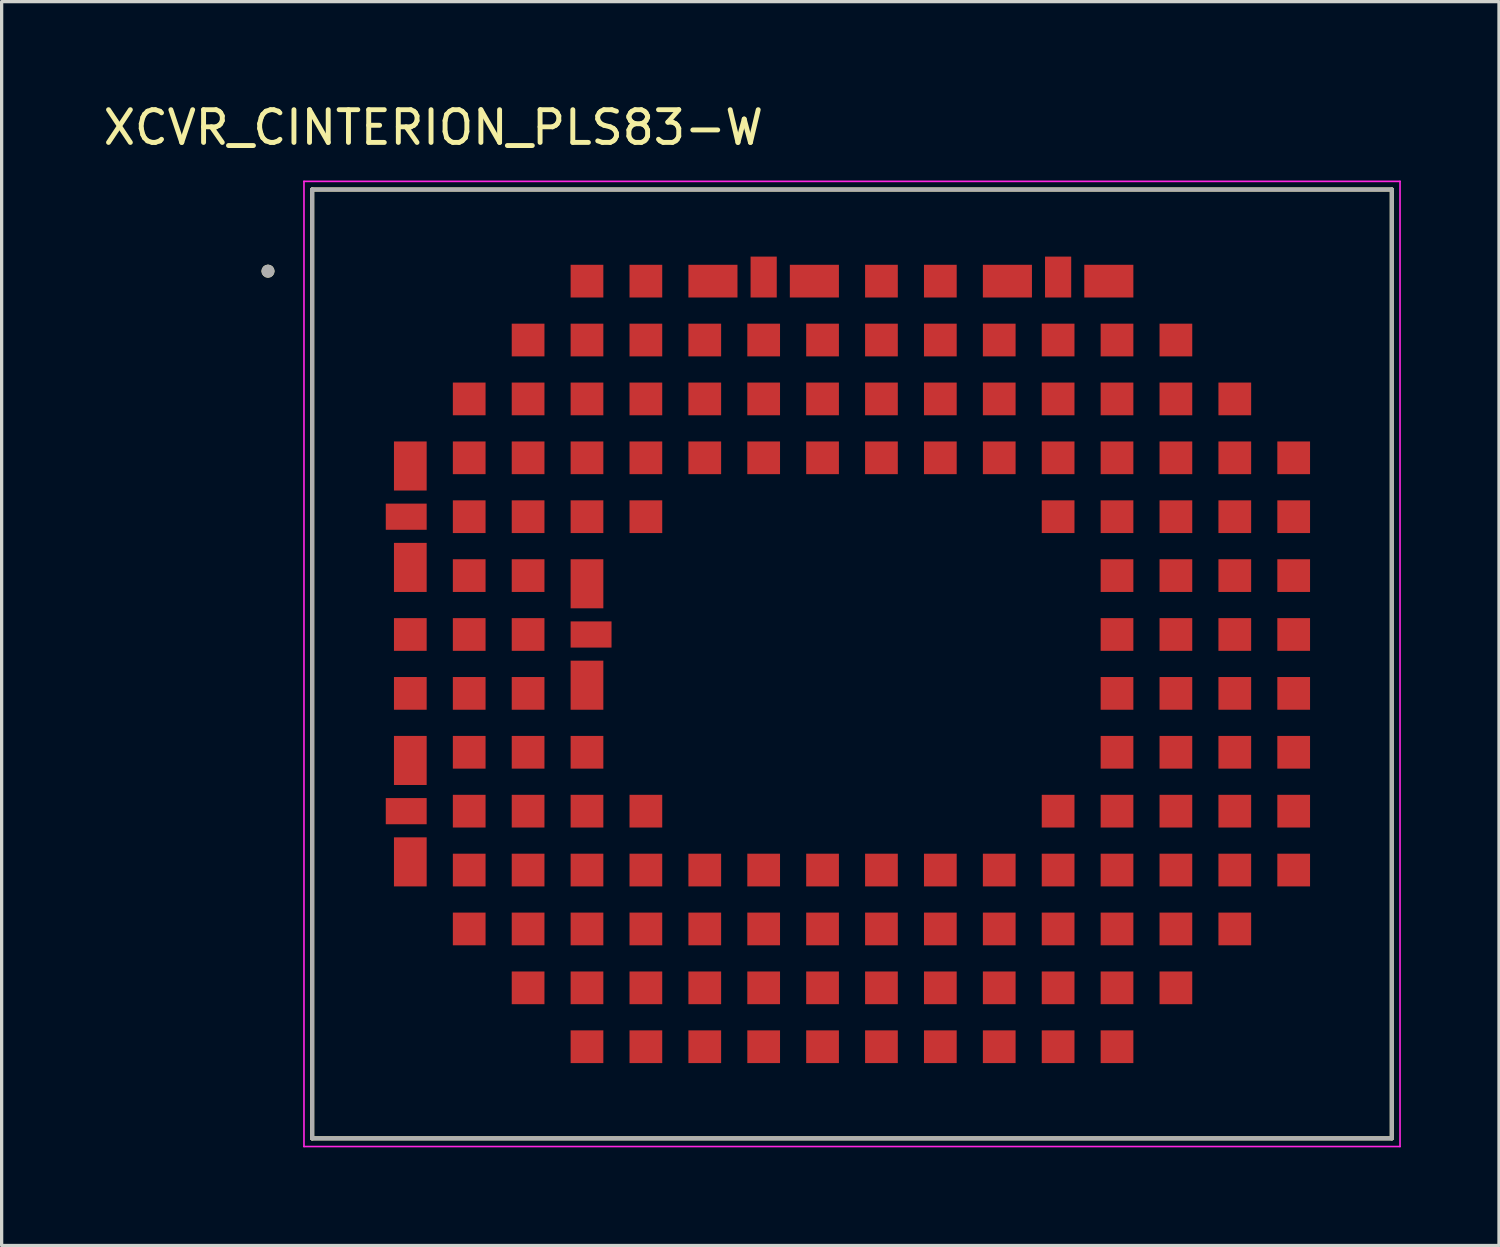
<source format=kicad_pcb>
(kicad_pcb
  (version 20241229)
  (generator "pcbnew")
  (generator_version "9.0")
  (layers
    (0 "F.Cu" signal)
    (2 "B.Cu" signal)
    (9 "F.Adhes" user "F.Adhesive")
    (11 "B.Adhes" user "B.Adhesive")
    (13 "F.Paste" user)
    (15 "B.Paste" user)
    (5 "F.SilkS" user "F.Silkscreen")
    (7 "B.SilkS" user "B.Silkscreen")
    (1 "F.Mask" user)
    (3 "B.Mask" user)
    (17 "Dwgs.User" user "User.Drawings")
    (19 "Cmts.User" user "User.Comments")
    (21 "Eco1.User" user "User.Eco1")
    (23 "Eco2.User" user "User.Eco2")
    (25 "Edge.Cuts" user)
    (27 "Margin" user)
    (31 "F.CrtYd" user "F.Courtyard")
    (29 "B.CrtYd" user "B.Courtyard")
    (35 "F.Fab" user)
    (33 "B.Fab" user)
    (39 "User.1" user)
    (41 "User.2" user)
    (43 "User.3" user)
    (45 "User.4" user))
  (footprint "XCVR_CINTERION_PLS83-W"
    (layer "F.Cu")
    (at 22.991 17.243)
    (property "Reference" "XCVR_CINTERION_PLS83-W" (at -12.795 -16.395 0) (layer "F.SilkS") (effects (font (size 1 1) (thickness 0.15))))
    (attr through_hole)
    (fp_line (start -16.5 -14.5) (end -16.5 14.5) (stroke (width 0.127) (type solid)) (layer "F.SilkS"))
    (fp_line (start -16.5 -14.5) (end 16.5 -14.5) (stroke (width 0.127) (type solid)) (layer "F.SilkS"))
    (fp_line (start 16.5 14.5) (end -16.5 14.5) (stroke (width 0.127) (type solid)) (layer "F.SilkS"))
    (fp_line (start 16.5 14.5) (end 16.5 -14.5) (stroke (width 0.127) (type solid)) (layer "F.SilkS"))
    (fp_circle (center -17.85 -12.005) (end -17.75 -12.005) (stroke (width 0.2) (type solid)) (fill no) (layer "F.SilkS"))
    (fp_poly (pts (xy -14.45 -4.9) (xy -12.8 -4.9) (xy -12.8 -4.1) (xy -14.45 -4.1)) (stroke (width 0.01) (type solid)) (fill yes) (layer "F.Paste"))
    (fp_poly (pts (xy -14.45 4.1) (xy -12.8 4.1) (xy -12.8 4.9) (xy -14.45 4.9)) (stroke (width 0.01) (type solid)) (fill yes) (layer "F.Paste"))
    (fp_poly (pts (xy -14.1 -6.85) (xy -12.9 -6.85) (xy -12.9 -5.25) (xy -14.1 -5.25)) (stroke (width 0.01) (type solid)) (fill yes) (layer "F.Paste"))
    (fp_poly (pts (xy -14.1 -3.75) (xy -12.9 -3.75) (xy -12.9 -2.15) (xy -14.1 -2.15)) (stroke (width 0.01) (type solid)) (fill yes) (layer "F.Paste"))
    (fp_poly (pts (xy -14.1 2.15) (xy -12.9 2.15) (xy -12.9 3.75) (xy -14.1 3.75)) (stroke (width 0.01) (type solid)) (fill yes) (layer "F.Paste"))
    (fp_poly (pts (xy -14.1 5.25) (xy -12.9 5.25) (xy -12.9 6.85) (xy -14.1 6.85)) (stroke (width 0.01) (type solid)) (fill yes) (layer "F.Paste"))
    (fp_poly (pts (xy -14.095 -1.495) (xy -12.905 -1.495) (xy -12.905 -0.305) (xy -14.095 -0.305)) (stroke (width 0.01) (type solid)) (fill yes) (layer "F.Paste"))
    (fp_poly (pts (xy -14.095 0.305) (xy -12.905 0.305) (xy -12.905 1.495) (xy -14.095 1.495)) (stroke (width 0.01) (type solid)) (fill yes) (layer "F.Paste"))
    (fp_poly (pts (xy -12.295 -8.695) (xy -11.105 -8.695) (xy -11.105 -7.505) (xy -12.295 -7.505)) (stroke (width 0.01) (type solid)) (fill yes) (layer "F.Paste"))
    (fp_poly (pts (xy -12.295 -6.895) (xy -11.105 -6.895) (xy -11.105 -5.705) (xy -12.295 -5.705)) (stroke (width 0.01) (type solid)) (fill yes) (layer "F.Paste"))
    (fp_poly (pts (xy -12.295 -5.095) (xy -11.105 -5.095) (xy -11.105 -3.905) (xy -12.295 -3.905)) (stroke (width 0.01) (type solid)) (fill yes) (layer "F.Paste"))
    (fp_poly (pts (xy -12.295 -3.295) (xy -11.105 -3.295) (xy -11.105 -2.105) (xy -12.295 -2.105)) (stroke (width 0.01) (type solid)) (fill yes) (layer "F.Paste"))
    (fp_poly (pts (xy -12.295 -1.495) (xy -11.105 -1.495) (xy -11.105 -0.305) (xy -12.295 -0.305)) (stroke (width 0.01) (type solid)) (fill yes) (layer "F.Paste"))
    (fp_poly (pts (xy -12.295 0.305) (xy -11.105 0.305) (xy -11.105 1.495) (xy -12.295 1.495)) (stroke (width 0.01) (type solid)) (fill yes) (layer "F.Paste"))
    (fp_poly (pts (xy -12.295 2.105) (xy -11.105 2.105) (xy -11.105 3.295) (xy -12.295 3.295)) (stroke (width 0.01) (type solid)) (fill yes) (layer "F.Paste"))
    (fp_poly (pts (xy -12.295 3.905) (xy -11.105 3.905) (xy -11.105 5.095) (xy -12.295 5.095)) (stroke (width 0.01) (type solid)) (fill yes) (layer "F.Paste"))
    (fp_poly (pts (xy -12.295 5.705) (xy -11.105 5.705) (xy -11.105 6.895) (xy -12.295 6.895)) (stroke (width 0.01) (type solid)) (fill yes) (layer "F.Paste"))
    (fp_poly (pts (xy -12.295 7.505) (xy -11.105 7.505) (xy -11.105 8.695) (xy -12.295 8.695)) (stroke (width 0.01) (type solid)) (fill yes) (layer "F.Paste"))
    (fp_poly (pts (xy -10.495 -10.495) (xy -9.305 -10.495) (xy -9.305 -9.305) (xy -10.495 -9.305)) (stroke (width 0.01) (type solid)) (fill yes) (layer "F.Paste"))
    (fp_poly (pts (xy -10.495 -8.695) (xy -9.305 -8.695) (xy -9.305 -7.505) (xy -10.495 -7.505)) (stroke (width 0.01) (type solid)) (fill yes) (layer "F.Paste"))
    (fp_poly (pts (xy -10.495 -6.895) (xy -9.305 -6.895) (xy -9.305 -5.705) (xy -10.495 -5.705)) (stroke (width 0.01) (type solid)) (fill yes) (layer "F.Paste"))
    (fp_poly (pts (xy -10.495 -5.095) (xy -9.305 -5.095) (xy -9.305 -3.905) (xy -10.495 -3.905)) (stroke (width 0.01) (type solid)) (fill yes) (layer "F.Paste"))
    (fp_poly (pts (xy -10.495 -3.295) (xy -9.305 -3.295) (xy -9.305 -2.105) (xy -10.495 -2.105)) (stroke (width 0.01) (type solid)) (fill yes) (layer "F.Paste"))
    (fp_poly (pts (xy -10.495 -1.495) (xy -9.305 -1.495) (xy -9.305 -0.305) (xy -10.495 -0.305)) (stroke (width 0.01) (type solid)) (fill yes) (layer "F.Paste"))
    (fp_poly (pts (xy -10.495 0.305) (xy -9.305 0.305) (xy -9.305 1.495) (xy -10.495 1.495)) (stroke (width 0.01) (type solid)) (fill yes) (layer "F.Paste"))
    (fp_poly (pts (xy -10.495 2.105) (xy -9.305 2.105) (xy -9.305 3.295) (xy -10.495 3.295)) (stroke (width 0.01) (type solid)) (fill yes) (layer "F.Paste"))
    (fp_poly (pts (xy -10.495 3.905) (xy -9.305 3.905) (xy -9.305 5.095) (xy -10.495 5.095)) (stroke (width 0.01) (type solid)) (fill yes) (layer "F.Paste"))
    (fp_poly (pts (xy -10.495 5.705) (xy -9.305 5.705) (xy -9.305 6.895) (xy -10.495 6.895)) (stroke (width 0.01) (type solid)) (fill yes) (layer "F.Paste"))
    (fp_poly (pts (xy -10.495 7.505) (xy -9.305 7.505) (xy -9.305 8.695) (xy -10.495 8.695)) (stroke (width 0.01) (type solid)) (fill yes) (layer "F.Paste"))
    (fp_poly (pts (xy -10.495 9.305) (xy -9.305 9.305) (xy -9.305 10.495) (xy -10.495 10.495)) (stroke (width 0.01) (type solid)) (fill yes) (layer "F.Paste"))
    (fp_poly (pts (xy -8.8 -1.3) (xy -7.15 -1.3) (xy -7.15 -0.5) (xy -8.8 -0.5)) (stroke (width 0.01) (type solid)) (fill yes) (layer "F.Paste"))
    (fp_poly (pts (xy -8.7 -3.25) (xy -7.5 -3.25) (xy -7.5 -1.65) (xy -8.7 -1.65)) (stroke (width 0.01) (type solid)) (fill yes) (layer "F.Paste"))
    (fp_poly (pts (xy -8.7 -0.15) (xy -7.5 -0.15) (xy -7.5 1.45) (xy -8.7 1.45)) (stroke (width 0.01) (type solid)) (fill yes) (layer "F.Paste"))
    (fp_poly (pts (xy -8.695 -12.295) (xy -7.505 -12.295) (xy -7.505 -11.105) (xy -8.695 -11.105)) (stroke (width 0.01) (type solid)) (fill yes) (layer "F.Paste"))
    (fp_poly (pts (xy -8.695 -10.495) (xy -7.505 -10.495) (xy -7.505 -9.305) (xy -8.695 -9.305)) (stroke (width 0.01) (type solid)) (fill yes) (layer "F.Paste"))
    (fp_poly (pts (xy -8.695 -8.695) (xy -7.505 -8.695) (xy -7.505 -7.505) (xy -8.695 -7.505)) (stroke (width 0.01) (type solid)) (fill yes) (layer "F.Paste"))
    (fp_poly (pts (xy -8.695 -6.895) (xy -7.505 -6.895) (xy -7.505 -5.705) (xy -8.695 -5.705)) (stroke (width 0.01) (type solid)) (fill yes) (layer "F.Paste"))
    (fp_poly (pts (xy -8.695 -5.095) (xy -7.505 -5.095) (xy -7.505 -3.905) (xy -8.695 -3.905)) (stroke (width 0.01) (type solid)) (fill yes) (layer "F.Paste"))
    (fp_poly (pts (xy -8.695 2.105) (xy -7.505 2.105) (xy -7.505 3.295) (xy -8.695 3.295)) (stroke (width 0.01) (type solid)) (fill yes) (layer "F.Paste"))
    (fp_poly (pts (xy -8.695 3.905) (xy -7.505 3.905) (xy -7.505 5.095) (xy -8.695 5.095)) (stroke (width 0.01) (type solid)) (fill yes) (layer "F.Paste"))
    (fp_poly (pts (xy -8.695 5.705) (xy -7.505 5.705) (xy -7.505 6.895) (xy -8.695 6.895)) (stroke (width 0.01) (type solid)) (fill yes) (layer "F.Paste"))
    (fp_poly (pts (xy -8.695 7.505) (xy -7.505 7.505) (xy -7.505 8.695) (xy -8.695 8.695)) (stroke (width 0.01) (type solid)) (fill yes) (layer "F.Paste"))
    (fp_poly (pts (xy -8.695 9.305) (xy -7.505 9.305) (xy -7.505 10.495) (xy -8.695 10.495)) (stroke (width 0.01) (type solid)) (fill yes) (layer "F.Paste"))
    (fp_poly (pts (xy -8.695 11.105) (xy -7.505 11.105) (xy -7.505 12.295) (xy -8.695 12.295)) (stroke (width 0.01) (type solid)) (fill yes) (layer "F.Paste"))
    (fp_poly (pts (xy -6.895 -12.295) (xy -5.705 -12.295) (xy -5.705 -11.105) (xy -6.895 -11.105)) (stroke (width 0.01) (type solid)) (fill yes) (layer "F.Paste"))
    (fp_poly (pts (xy -6.895 -10.495) (xy -5.705 -10.495) (xy -5.705 -9.305) (xy -6.895 -9.305)) (stroke (width 0.01) (type solid)) (fill yes) (layer "F.Paste"))
    (fp_poly (pts (xy -6.895 -8.695) (xy -5.705 -8.695) (xy -5.705 -7.505) (xy -6.895 -7.505)) (stroke (width 0.01) (type solid)) (fill yes) (layer "F.Paste"))
    (fp_poly (pts (xy -6.895 -6.895) (xy -5.705 -6.895) (xy -5.705 -5.705) (xy -6.895 -5.705)) (stroke (width 0.01) (type solid)) (fill yes) (layer "F.Paste"))
    (fp_poly (pts (xy -6.895 -5.095) (xy -5.705 -5.095) (xy -5.705 -3.905) (xy -6.895 -3.905)) (stroke (width 0.01) (type solid)) (fill yes) (layer "F.Paste"))
    (fp_poly (pts (xy -6.895 3.905) (xy -5.705 3.905) (xy -5.705 5.095) (xy -6.895 5.095)) (stroke (width 0.01) (type solid)) (fill yes) (layer "F.Paste"))
    (fp_poly (pts (xy -6.895 5.705) (xy -5.705 5.705) (xy -5.705 6.895) (xy -6.895 6.895)) (stroke (width 0.01) (type solid)) (fill yes) (layer "F.Paste"))
    (fp_poly (pts (xy -6.895 7.505) (xy -5.705 7.505) (xy -5.705 8.695) (xy -6.895 8.695)) (stroke (width 0.01) (type solid)) (fill yes) (layer "F.Paste"))
    (fp_poly (pts (xy -6.895 9.305) (xy -5.705 9.305) (xy -5.705 10.495) (xy -6.895 10.495)) (stroke (width 0.01) (type solid)) (fill yes) (layer "F.Paste"))
    (fp_poly (pts (xy -6.895 11.105) (xy -5.705 11.105) (xy -5.705 12.295) (xy -6.895 12.295)) (stroke (width 0.01) (type solid)) (fill yes) (layer "F.Paste"))
    (fp_poly (pts (xy -5.095 -10.495) (xy -3.905 -10.495) (xy -3.905 -9.305) (xy -5.095 -9.305)) (stroke (width 0.01) (type solid)) (fill yes) (layer "F.Paste"))
    (fp_poly (pts (xy -5.095 -8.695) (xy -3.905 -8.695) (xy -3.905 -7.505) (xy -5.095 -7.505)) (stroke (width 0.01) (type solid)) (fill yes) (layer "F.Paste"))
    (fp_poly (pts (xy -5.095 -6.895) (xy -3.905 -6.895) (xy -3.905 -5.705) (xy -5.095 -5.705)) (stroke (width 0.01) (type solid)) (fill yes) (layer "F.Paste"))
    (fp_poly (pts (xy -5.095 5.705) (xy -3.905 5.705) (xy -3.905 6.895) (xy -5.095 6.895)) (stroke (width 0.01) (type solid)) (fill yes) (layer "F.Paste"))
    (fp_poly (pts (xy -5.095 7.505) (xy -3.905 7.505) (xy -3.905 8.695) (xy -5.095 8.695)) (stroke (width 0.01) (type solid)) (fill yes) (layer "F.Paste"))
    (fp_poly (pts (xy -5.095 9.305) (xy -3.905 9.305) (xy -3.905 10.495) (xy -5.095 10.495)) (stroke (width 0.01) (type solid)) (fill yes) (layer "F.Paste"))
    (fp_poly (pts (xy -5.095 11.105) (xy -3.905 11.105) (xy -3.905 12.295) (xy -5.095 12.295)) (stroke (width 0.01) (type solid)) (fill yes) (layer "F.Paste"))
    (fp_poly (pts (xy -5.05 -12.3) (xy -3.45 -12.3) (xy -3.45 -11.1) (xy -5.05 -11.1)) (stroke (width 0.01) (type solid)) (fill yes) (layer "F.Paste"))
    (fp_poly (pts (xy -3.295 -10.495) (xy -2.105 -10.495) (xy -2.105 -9.305) (xy -3.295 -9.305)) (stroke (width 0.01) (type solid)) (fill yes) (layer "F.Paste"))
    (fp_poly (pts (xy -3.295 -8.695) (xy -2.105 -8.695) (xy -2.105 -7.505) (xy -3.295 -7.505)) (stroke (width 0.01) (type solid)) (fill yes) (layer "F.Paste"))
    (fp_poly (pts (xy -3.295 -6.895) (xy -2.105 -6.895) (xy -2.105 -5.705) (xy -3.295 -5.705)) (stroke (width 0.01) (type solid)) (fill yes) (layer "F.Paste"))
    (fp_poly (pts (xy -3.295 5.705) (xy -2.105 5.705) (xy -2.105 6.895) (xy -3.295 6.895)) (stroke (width 0.01) (type solid)) (fill yes) (layer "F.Paste"))
    (fp_poly (pts (xy -3.295 7.505) (xy -2.105 7.505) (xy -2.105 8.695) (xy -3.295 8.695)) (stroke (width 0.01) (type solid)) (fill yes) (layer "F.Paste"))
    (fp_poly (pts (xy -3.295 9.305) (xy -2.105 9.305) (xy -2.105 10.495) (xy -3.295 10.495)) (stroke (width 0.01) (type solid)) (fill yes) (layer "F.Paste"))
    (fp_poly (pts (xy -3.295 11.105) (xy -2.105 11.105) (xy -2.105 12.295) (xy -3.295 12.295)) (stroke (width 0.01) (type solid)) (fill yes) (layer "F.Paste"))
    (fp_poly (pts (xy -3.1 -12.65) (xy -2.3 -12.65) (xy -2.3 -11) (xy -3.1 -11)) (stroke (width 0.01) (type solid)) (fill yes) (layer "F.Paste"))
    (fp_poly (pts (xy -1.95 -12.3) (xy -0.35 -12.3) (xy -0.35 -11.1) (xy -1.95 -11.1)) (stroke (width 0.01) (type solid)) (fill yes) (layer "F.Paste"))
    (fp_poly (pts (xy -1.495 -10.495) (xy -0.305 -10.495) (xy -0.305 -9.305) (xy -1.495 -9.305)) (stroke (width 0.01) (type solid)) (fill yes) (layer "F.Paste"))
    (fp_poly (pts (xy -1.495 -8.695) (xy -0.305 -8.695) (xy -0.305 -7.505) (xy -1.495 -7.505)) (stroke (width 0.01) (type solid)) (fill yes) (layer "F.Paste"))
    (fp_poly (pts (xy -1.495 -6.895) (xy -0.305 -6.895) (xy -0.305 -5.705) (xy -1.495 -5.705)) (stroke (width 0.01) (type solid)) (fill yes) (layer "F.Paste"))
    (fp_poly (pts (xy -1.495 5.705) (xy -0.305 5.705) (xy -0.305 6.895) (xy -1.495 6.895)) (stroke (width 0.01) (type solid)) (fill yes) (layer "F.Paste"))
    (fp_poly (pts (xy -1.495 7.505) (xy -0.305 7.505) (xy -0.305 8.695) (xy -1.495 8.695)) (stroke (width 0.01) (type solid)) (fill yes) (layer "F.Paste"))
    (fp_poly (pts (xy -1.495 9.305) (xy -0.305 9.305) (xy -0.305 10.495) (xy -1.495 10.495)) (stroke (width 0.01) (type solid)) (fill yes) (layer "F.Paste"))
    (fp_poly (pts (xy -1.495 11.105) (xy -0.305 11.105) (xy -0.305 12.295) (xy -1.495 12.295)) (stroke (width 0.01) (type solid)) (fill yes) (layer "F.Paste"))
    (fp_poly (pts (xy 0.305 -12.295) (xy 1.495 -12.295) (xy 1.495 -11.105) (xy 0.305 -11.105)) (stroke (width 0.01) (type solid)) (fill yes) (layer "F.Paste"))
    (fp_poly (pts (xy 0.305 -10.495) (xy 1.495 -10.495) (xy 1.495 -9.305) (xy 0.305 -9.305)) (stroke (width 0.01) (type solid)) (fill yes) (layer "F.Paste"))
    (fp_poly (pts (xy 0.305 -8.695) (xy 1.495 -8.695) (xy 1.495 -7.505) (xy 0.305 -7.505)) (stroke (width 0.01) (type solid)) (fill yes) (layer "F.Paste"))
    (fp_poly (pts (xy 0.305 -6.895) (xy 1.495 -6.895) (xy 1.495 -5.705) (xy 0.305 -5.705)) (stroke (width 0.01) (type solid)) (fill yes) (layer "F.Paste"))
    (fp_poly (pts (xy 0.305 5.705) (xy 1.495 5.705) (xy 1.495 6.895) (xy 0.305 6.895)) (stroke (width 0.01) (type solid)) (fill yes) (layer "F.Paste"))
    (fp_poly (pts (xy 0.305 7.505) (xy 1.495 7.505) (xy 1.495 8.695) (xy 0.305 8.695)) (stroke (width 0.01) (type solid)) (fill yes) (layer "F.Paste"))
    (fp_poly (pts (xy 0.305 9.305) (xy 1.495 9.305) (xy 1.495 10.495) (xy 0.305 10.495)) (stroke (width 0.01) (type solid)) (fill yes) (layer "F.Paste"))
    (fp_poly (pts (xy 0.305 11.105) (xy 1.495 11.105) (xy 1.495 12.295) (xy 0.305 12.295)) (stroke (width 0.01) (type solid)) (fill yes) (layer "F.Paste"))
    (fp_poly (pts (xy 2.105 -12.295) (xy 3.295 -12.295) (xy 3.295 -11.105) (xy 2.105 -11.105)) (stroke (width 0.01) (type solid)) (fill yes) (layer "F.Paste"))
    (fp_poly (pts (xy 2.105 -10.495) (xy 3.295 -10.495) (xy 3.295 -9.305) (xy 2.105 -9.305)) (stroke (width 0.01) (type solid)) (fill yes) (layer "F.Paste"))
    (fp_poly (pts (xy 2.105 -8.695) (xy 3.295 -8.695) (xy 3.295 -7.505) (xy 2.105 -7.505)) (stroke (width 0.01) (type solid)) (fill yes) (layer "F.Paste"))
    (fp_poly (pts (xy 2.105 -6.895) (xy 3.295 -6.895) (xy 3.295 -5.705) (xy 2.105 -5.705)) (stroke (width 0.01) (type solid)) (fill yes) (layer "F.Paste"))
    (fp_poly (pts (xy 2.105 5.705) (xy 3.295 5.705) (xy 3.295 6.895) (xy 2.105 6.895)) (stroke (width 0.01) (type solid)) (fill yes) (layer "F.Paste"))
    (fp_poly (pts (xy 2.105 7.505) (xy 3.295 7.505) (xy 3.295 8.695) (xy 2.105 8.695)) (stroke (width 0.01) (type solid)) (fill yes) (layer "F.Paste"))
    (fp_poly (pts (xy 2.105 9.305) (xy 3.295 9.305) (xy 3.295 10.495) (xy 2.105 10.495)) (stroke (width 0.01) (type solid)) (fill yes) (layer "F.Paste"))
    (fp_poly (pts (xy 2.105 11.105) (xy 3.295 11.105) (xy 3.295 12.295) (xy 2.105 12.295)) (stroke (width 0.01) (type solid)) (fill yes) (layer "F.Paste"))
    (fp_poly (pts (xy 3.905 -10.495) (xy 5.095 -10.495) (xy 5.095 -9.305) (xy 3.905 -9.305)) (stroke (width 0.01) (type solid)) (fill yes) (layer "F.Paste"))
    (fp_poly (pts (xy 3.905 -8.695) (xy 5.095 -8.695) (xy 5.095 -7.505) (xy 3.905 -7.505)) (stroke (width 0.01) (type solid)) (fill yes) (layer "F.Paste"))
    (fp_poly (pts (xy 3.905 -6.895) (xy 5.095 -6.895) (xy 5.095 -5.705) (xy 3.905 -5.705)) (stroke (width 0.01) (type solid)) (fill yes) (layer "F.Paste"))
    (fp_poly (pts (xy 3.905 5.705) (xy 5.095 5.705) (xy 5.095 6.895) (xy 3.905 6.895)) (stroke (width 0.01) (type solid)) (fill yes) (layer "F.Paste"))
    (fp_poly (pts (xy 3.905 7.505) (xy 5.095 7.505) (xy 5.095 8.695) (xy 3.905 8.695)) (stroke (width 0.01) (type solid)) (fill yes) (layer "F.Paste"))
    (fp_poly (pts (xy 3.905 9.305) (xy 5.095 9.305) (xy 5.095 10.495) (xy 3.905 10.495)) (stroke (width 0.01) (type solid)) (fill yes) (layer "F.Paste"))
    (fp_poly (pts (xy 3.905 11.105) (xy 5.095 11.105) (xy 5.095 12.295) (xy 3.905 12.295)) (stroke (width 0.01) (type solid)) (fill yes) (layer "F.Paste"))
    (fp_poly (pts (xy 3.95 -12.3) (xy 5.55 -12.3) (xy 5.55 -11.1) (xy 3.95 -11.1)) (stroke (width 0.01) (type solid)) (fill yes) (layer "F.Paste"))
    (fp_poly (pts (xy 5.705 -10.495) (xy 6.895 -10.495) (xy 6.895 -9.305) (xy 5.705 -9.305)) (stroke (width 0.01) (type solid)) (fill yes) (layer "F.Paste"))
    (fp_poly (pts (xy 5.705 -8.695) (xy 6.895 -8.695) (xy 6.895 -7.505) (xy 5.705 -7.505)) (stroke (width 0.01) (type solid)) (fill yes) (layer "F.Paste"))
    (fp_poly (pts (xy 5.705 -6.895) (xy 6.895 -6.895) (xy 6.895 -5.705) (xy 5.705 -5.705)) (stroke (width 0.01) (type solid)) (fill yes) (layer "F.Paste"))
    (fp_poly (pts (xy 5.705 -5.095) (xy 6.895 -5.095) (xy 6.895 -3.905) (xy 5.705 -3.905)) (stroke (width 0.01) (type solid)) (fill yes) (layer "F.Paste"))
    (fp_poly (pts (xy 5.705 3.905) (xy 6.895 3.905) (xy 6.895 5.095) (xy 5.705 5.095)) (stroke (width 0.01) (type solid)) (fill yes) (layer "F.Paste"))
    (fp_poly (pts (xy 5.705 5.705) (xy 6.895 5.705) (xy 6.895 6.895) (xy 5.705 6.895)) (stroke (width 0.01) (type solid)) (fill yes) (layer "F.Paste"))
    (fp_poly (pts (xy 5.705 7.505) (xy 6.895 7.505) (xy 6.895 8.695) (xy 5.705 8.695)) (stroke (width 0.01) (type solid)) (fill yes) (layer "F.Paste"))
    (fp_poly (pts (xy 5.705 9.305) (xy 6.895 9.305) (xy 6.895 10.495) (xy 5.705 10.495)) (stroke (width 0.01) (type solid)) (fill yes) (layer "F.Paste"))
    (fp_poly (pts (xy 5.705 11.105) (xy 6.895 11.105) (xy 6.895 12.295) (xy 5.705 12.295)) (stroke (width 0.01) (type solid)) (fill yes) (layer "F.Paste"))
    (fp_poly (pts (xy 5.9 -12.65) (xy 6.7 -12.65) (xy 6.7 -11) (xy 5.9 -11)) (stroke (width 0.01) (type solid)) (fill yes) (layer "F.Paste"))
    (fp_poly (pts (xy 7.05 -12.3) (xy 8.65 -12.3) (xy 8.65 -11.1) (xy 7.05 -11.1)) (stroke (width 0.01) (type solid)) (fill yes) (layer "F.Paste"))
    (fp_poly (pts (xy 7.505 -10.495) (xy 8.695 -10.495) (xy 8.695 -9.305) (xy 7.505 -9.305)) (stroke (width 0.01) (type solid)) (fill yes) (layer "F.Paste"))
    (fp_poly (pts (xy 7.505 -8.695) (xy 8.695 -8.695) (xy 8.695 -7.505) (xy 7.505 -7.505)) (stroke (width 0.01) (type solid)) (fill yes) (layer "F.Paste"))
    (fp_poly (pts (xy 7.505 -6.895) (xy 8.695 -6.895) (xy 8.695 -5.705) (xy 7.505 -5.705)) (stroke (width 0.01) (type solid)) (fill yes) (layer "F.Paste"))
    (fp_poly (pts (xy 7.505 -5.095) (xy 8.695 -5.095) (xy 8.695 -3.905) (xy 7.505 -3.905)) (stroke (width 0.01) (type solid)) (fill yes) (layer "F.Paste"))
    (fp_poly (pts (xy 7.505 -3.295) (xy 8.695 -3.295) (xy 8.695 -2.105) (xy 7.505 -2.105)) (stroke (width 0.01) (type solid)) (fill yes) (layer "F.Paste"))
    (fp_poly (pts (xy 7.505 -1.495) (xy 8.695 -1.495) (xy 8.695 -0.305) (xy 7.505 -0.305)) (stroke (width 0.01) (type solid)) (fill yes) (layer "F.Paste"))
    (fp_poly (pts (xy 7.505 0.305) (xy 8.695 0.305) (xy 8.695 1.495) (xy 7.505 1.495)) (stroke (width 0.01) (type solid)) (fill yes) (layer "F.Paste"))
    (fp_poly (pts (xy 7.505 2.105) (xy 8.695 2.105) (xy 8.695 3.295) (xy 7.505 3.295)) (stroke (width 0.01) (type solid)) (fill yes) (layer "F.Paste"))
    (fp_poly (pts (xy 7.505 3.905) (xy 8.695 3.905) (xy 8.695 5.095) (xy 7.505 5.095)) (stroke (width 0.01) (type solid)) (fill yes) (layer "F.Paste"))
    (fp_poly (pts (xy 7.505 5.705) (xy 8.695 5.705) (xy 8.695 6.895) (xy 7.505 6.895)) (stroke (width 0.01) (type solid)) (fill yes) (layer "F.Paste"))
    (fp_poly (pts (xy 7.505 7.505) (xy 8.695 7.505) (xy 8.695 8.695) (xy 7.505 8.695)) (stroke (width 0.01) (type solid)) (fill yes) (layer "F.Paste"))
    (fp_poly (pts (xy 7.505 9.305) (xy 8.695 9.305) (xy 8.695 10.495) (xy 7.505 10.495)) (stroke (width 0.01) (type solid)) (fill yes) (layer "F.Paste"))
    (fp_poly (pts (xy 7.505 11.105) (xy 8.695 11.105) (xy 8.695 12.295) (xy 7.505 12.295)) (stroke (width 0.01) (type solid)) (fill yes) (layer "F.Paste"))
    (fp_poly (pts (xy 9.305 -10.495) (xy 10.495 -10.495) (xy 10.495 -9.305) (xy 9.305 -9.305)) (stroke (width 0.01) (type solid)) (fill yes) (layer "F.Paste"))
    (fp_poly (pts (xy 9.305 -8.695) (xy 10.495 -8.695) (xy 10.495 -7.505) (xy 9.305 -7.505)) (stroke (width 0.01) (type solid)) (fill yes) (layer "F.Paste"))
    (fp_poly (pts (xy 9.305 -6.895) (xy 10.495 -6.895) (xy 10.495 -5.705) (xy 9.305 -5.705)) (stroke (width 0.01) (type solid)) (fill yes) (layer "F.Paste"))
    (fp_poly (pts (xy 9.305 -5.095) (xy 10.495 -5.095) (xy 10.495 -3.905) (xy 9.305 -3.905)) (stroke (width 0.01) (type solid)) (fill yes) (layer "F.Paste"))
    (fp_poly (pts (xy 9.305 -3.295) (xy 10.495 -3.295) (xy 10.495 -2.105) (xy 9.305 -2.105)) (stroke (width 0.01) (type solid)) (fill yes) (layer "F.Paste"))
    (fp_poly (pts (xy 9.305 -1.495) (xy 10.495 -1.495) (xy 10.495 -0.305) (xy 9.305 -0.305)) (stroke (width 0.01) (type solid)) (fill yes) (layer "F.Paste"))
    (fp_poly (pts (xy 9.305 0.305) (xy 10.495 0.305) (xy 10.495 1.495) (xy 9.305 1.495)) (stroke (width 0.01) (type solid)) (fill yes) (layer "F.Paste"))
    (fp_poly (pts (xy 9.305 2.105) (xy 10.495 2.105) (xy 10.495 3.295) (xy 9.305 3.295)) (stroke (width 0.01) (type solid)) (fill yes) (layer "F.Paste"))
    (fp_poly (pts (xy 9.305 3.905) (xy 10.495 3.905) (xy 10.495 5.095) (xy 9.305 5.095)) (stroke (width 0.01) (type solid)) (fill yes) (layer "F.Paste"))
    (fp_poly (pts (xy 9.305 5.705) (xy 10.495 5.705) (xy 10.495 6.895) (xy 9.305 6.895)) (stroke (width 0.01) (type solid)) (fill yes) (layer "F.Paste"))
    (fp_poly (pts (xy 9.305 7.505) (xy 10.495 7.505) (xy 10.495 8.695) (xy 9.305 8.695)) (stroke (width 0.01) (type solid)) (fill yes) (layer "F.Paste"))
    (fp_poly (pts (xy 9.305 9.305) (xy 10.495 9.305) (xy 10.495 10.495) (xy 9.305 10.495)) (stroke (width 0.01) (type solid)) (fill yes) (layer "F.Paste"))
    (fp_poly (pts (xy 11.105 -8.695) (xy 12.295 -8.695) (xy 12.295 -7.505) (xy 11.105 -7.505)) (stroke (width 0.01) (type solid)) (fill yes) (layer "F.Paste"))
    (fp_poly (pts (xy 11.105 -6.895) (xy 12.295 -6.895) (xy 12.295 -5.705) (xy 11.105 -5.705)) (stroke (width 0.01) (type solid)) (fill yes) (layer "F.Paste"))
    (fp_poly (pts (xy 11.105 -5.095) (xy 12.295 -5.095) (xy 12.295 -3.905) (xy 11.105 -3.905)) (stroke (width 0.01) (type solid)) (fill yes) (layer "F.Paste"))
    (fp_poly (pts (xy 11.105 -3.295) (xy 12.295 -3.295) (xy 12.295 -2.105) (xy 11.105 -2.105)) (stroke (width 0.01) (type solid)) (fill yes) (layer "F.Paste"))
    (fp_poly (pts (xy 11.105 -1.495) (xy 12.295 -1.495) (xy 12.295 -0.305) (xy 11.105 -0.305)) (stroke (width 0.01) (type solid)) (fill yes) (layer "F.Paste"))
    (fp_poly (pts (xy 11.105 0.305) (xy 12.295 0.305) (xy 12.295 1.495) (xy 11.105 1.495)) (stroke (width 0.01) (type solid)) (fill yes) (layer "F.Paste"))
    (fp_poly (pts (xy 11.105 2.105) (xy 12.295 2.105) (xy 12.295 3.295) (xy 11.105 3.295)) (stroke (width 0.01) (type solid)) (fill yes) (layer "F.Paste"))
    (fp_poly (pts (xy 11.105 3.905) (xy 12.295 3.905) (xy 12.295 5.095) (xy 11.105 5.095)) (stroke (width 0.01) (type solid)) (fill yes) (layer "F.Paste"))
    (fp_poly (pts (xy 11.105 5.705) (xy 12.295 5.705) (xy 12.295 6.895) (xy 11.105 6.895)) (stroke (width 0.01) (type solid)) (fill yes) (layer "F.Paste"))
    (fp_poly (pts (xy 11.105 7.505) (xy 12.295 7.505) (xy 12.295 8.695) (xy 11.105 8.695)) (stroke (width 0.01) (type solid)) (fill yes) (layer "F.Paste"))
    (fp_poly (pts (xy 12.905 -6.895) (xy 14.095 -6.895) (xy 14.095 -5.705) (xy 12.905 -5.705)) (stroke (width 0.01) (type solid)) (fill yes) (layer "F.Paste"))
    (fp_poly (pts (xy 12.905 -5.095) (xy 14.095 -5.095) (xy 14.095 -3.905) (xy 12.905 -3.905)) (stroke (width 0.01) (type solid)) (fill yes) (layer "F.Paste"))
    (fp_poly (pts (xy 12.905 -3.295) (xy 14.095 -3.295) (xy 14.095 -2.105) (xy 12.905 -2.105)) (stroke (width 0.01) (type solid)) (fill yes) (layer "F.Paste"))
    (fp_poly (pts (xy 12.905 -1.495) (xy 14.095 -1.495) (xy 14.095 -0.305) (xy 12.905 -0.305)) (stroke (width 0.01) (type solid)) (fill yes) (layer "F.Paste"))
    (fp_poly (pts (xy 12.905 0.305) (xy 14.095 0.305) (xy 14.095 1.495) (xy 12.905 1.495)) (stroke (width 0.01) (type solid)) (fill yes) (layer "F.Paste"))
    (fp_poly (pts (xy 12.905 2.105) (xy 14.095 2.105) (xy 14.095 3.295) (xy 12.905 3.295)) (stroke (width 0.01) (type solid)) (fill yes) (layer "F.Paste"))
    (fp_poly (pts (xy 12.905 3.905) (xy 14.095 3.905) (xy 14.095 5.095) (xy 12.905 5.095)) (stroke (width 0.01) (type solid)) (fill yes) (layer "F.Paste"))
    (fp_poly (pts (xy 12.905 5.705) (xy 14.095 5.705) (xy 14.095 6.895) (xy 12.905 6.895)) (stroke (width 0.01) (type solid)) (fill yes) (layer "F.Paste"))
    (fp_line (start -16.75 -14.75) (end -16.75 14.75) (stroke (width 0.05) (type solid)) (layer "F.CrtYd"))
    (fp_line (start -16.75 -14.75) (end 16.75 -14.75) (stroke (width 0.05) (type solid)) (layer "F.CrtYd"))
    (fp_line (start 16.75 14.75) (end -16.75 14.75) (stroke (width 0.05) (type solid)) (layer "F.CrtYd"))
    (fp_line (start 16.75 14.75) (end 16.75 -14.75) (stroke (width 0.05) (type solid)) (layer "F.CrtYd"))
    (fp_line (start -16.5 -14.5) (end -16.5 14.5) (stroke (width 0.127) (type solid)) (layer "F.Fab"))
    (fp_line (start -16.5 -14.5) (end 16.5 -14.5) (stroke (width 0.127) (type solid)) (layer "F.Fab"))
    (fp_line (start 16.5 14.5) (end -16.5 14.5) (stroke (width 0.127) (type solid)) (layer "F.Fab"))
    (fp_line (start 16.5 14.5) (end 16.5 -14.5) (stroke (width 0.127) (type solid)) (layer "F.Fab"))
    (fp_circle (center -17.85 -12.005) (end -17.75 -12.005) (stroke (width 0.2) (type solid)) (fill no) (layer "F.Fab"))
    (pad "A4" smd rect (at -8.1 -11.7) (size 1 1) (layers "F.Cu" "F.Mask"))
    (pad "A5" smd rect (at -6.3 -11.7) (size 1 1) (layers "F.Cu" "F.Mask"))
    (pad "A6" smd rect (at -4.25 -11.7) (size 1.5 1) (layers "F.Cu" "F.Mask"))
    (pad "A7" smd rect (at -2.7 -11.825) (size 0.8 1.25) (layers "F.Cu" "F.Mask"))
    (pad "A8" smd rect (at -1.15 -11.7) (size 1.5 1) (layers "F.Cu" "F.Mask"))
    (pad "A9" smd rect (at 0.9 -11.7) (size 1 1) (layers "F.Cu" "F.Mask"))
    (pad "A10" smd rect (at 2.7 -11.7) (size 1 1) (layers "F.Cu" "F.Mask"))
    (pad "A11" smd rect (at 4.75 -11.7) (size 1.5 1) (layers "F.Cu" "F.Mask"))
    (pad "A12" smd rect (at 6.3 -11.825) (size 0.8 1.25) (layers "F.Cu" "F.Mask"))
    (pad "A13" smd rect (at 7.85 -11.7) (size 1.5 1) (layers "F.Cu" "F.Mask"))
    (pad "B3" smd rect (at -9.9 -9.9) (size 1 1) (layers "F.Cu" "F.Mask"))
    (pad "B4" smd rect (at -8.1 -9.9) (size 1 1) (layers "F.Cu" "F.Mask"))
    (pad "B5" smd rect (at -6.3 -9.9) (size 1 1) (layers "F.Cu" "F.Mask"))
    (pad "B6" smd rect (at -4.5 -9.9) (size 1 1) (layers "F.Cu" "F.Mask"))
    (pad "B7" smd rect (at -2.7 -9.9) (size 1 1) (layers "F.Cu" "F.Mask"))
    (pad "B8" smd rect (at -0.9 -9.9) (size 1 1) (layers "F.Cu" "F.Mask"))
    (pad "B9" smd rect (at 0.9 -9.9) (size 1 1) (layers "F.Cu" "F.Mask"))
    (pad "B10" smd rect (at 2.7 -9.9) (size 1 1) (layers "F.Cu" "F.Mask"))
    (pad "B11" smd rect (at 4.5 -9.9) (size 1 1) (layers "F.Cu" "F.Mask"))
    (pad "B12" smd rect (at 6.3 -9.9) (size 1 1) (layers "F.Cu" "F.Mask"))
    (pad "B13" smd rect (at 8.1 -9.9) (size 1 1) (layers "F.Cu" "F.Mask"))
    (pad "B14" smd rect (at 9.9 -9.9) (size 1 1) (layers "F.Cu" "F.Mask"))
    (pad "C2" smd rect (at -11.7 -8.1) (size 1 1) (layers "F.Cu" "F.Mask"))
    (pad "C3" smd rect (at -9.9 -8.1) (size 1 1) (layers "F.Cu" "F.Mask"))
    (pad "C4" smd rect (at -8.1 -8.1) (size 1 1) (layers "F.Cu" "F.Mask"))
    (pad "C5" smd rect (at -6.3 -8.1) (size 1 1) (layers "F.Cu" "F.Mask"))
    (pad "C6" smd rect (at -4.5 -8.1) (size 1 1) (layers "F.Cu" "F.Mask"))
    (pad "C7" smd rect (at -2.7 -8.1) (size 1 1) (layers "F.Cu" "F.Mask"))
    (pad "C8" smd rect (at -0.9 -8.1) (size 1 1) (layers "F.Cu" "F.Mask"))
    (pad "C9" smd rect (at 0.9 -8.1) (size 1 1) (layers "F.Cu" "F.Mask"))
    (pad "C10" smd rect (at 2.7 -8.1) (size 1 1) (layers "F.Cu" "F.Mask"))
    (pad "C11" smd rect (at 4.5 -8.1) (size 1 1) (layers "F.Cu" "F.Mask"))
    (pad "C12" smd rect (at 6.3 -8.1) (size 1 1) (layers "F.Cu" "F.Mask"))
    (pad "C13" smd rect (at 8.1 -8.1) (size 1 1) (layers "F.Cu" "F.Mask"))
    (pad "C14" smd rect (at 9.9 -8.1) (size 1 1) (layers "F.Cu" "F.Mask"))
    (pad "C15" smd rect (at 11.7 -8.1) (size 1 1) (layers "F.Cu" "F.Mask"))
    (pad "D1" smd rect (at -13.5 -6.05) (size 1 1.5) (layers "F.Cu" "F.Mask"))
    (pad "D2" smd rect (at -11.7 -6.3) (size 1 1) (layers "F.Cu" "F.Mask"))
    (pad "D3" smd rect (at -9.9 -6.3) (size 1 1) (layers "F.Cu" "F.Mask"))
    (pad "D4" smd rect (at -8.1 -6.3) (size 1 1) (layers "F.Cu" "F.Mask"))
    (pad "D5" smd rect (at -6.3 -6.3) (size 1 1) (layers "F.Cu" "F.Mask"))
    (pad "D6" smd rect (at -4.5 -6.3) (size 1 1) (layers "F.Cu" "F.Mask"))
    (pad "D7" smd rect (at -2.7 -6.3) (size 1 1) (layers "F.Cu" "F.Mask"))
    (pad "D8" smd rect (at -0.9 -6.3) (size 1 1) (layers "F.Cu" "F.Mask"))
    (pad "D9" smd rect (at 0.9 -6.3) (size 1 1) (layers "F.Cu" "F.Mask"))
    (pad "D10" smd rect (at 2.7 -6.3) (size 1 1) (layers "F.Cu" "F.Mask"))
    (pad "D11" smd rect (at 4.5 -6.3) (size 1 1) (layers "F.Cu" "F.Mask"))
    (pad "D12" smd rect (at 6.3 -6.3) (size 1 1) (layers "F.Cu" "F.Mask"))
    (pad "D13" smd rect (at 8.1 -6.3) (size 1 1) (layers "F.Cu" "F.Mask"))
    (pad "D14" smd rect (at 9.9 -6.3) (size 1 1) (layers "F.Cu" "F.Mask"))
    (pad "D15" smd rect (at 11.7 -6.3) (size 1 1) (layers "F.Cu" "F.Mask"))
    (pad "D16" smd rect (at 13.5 -6.3) (size 1 1) (layers "F.Cu" "F.Mask"))
    (pad "E1" smd rect (at -13.625 -4.5) (size 1.25 0.8) (layers "F.Cu" "F.Mask"))
    (pad "E2" smd rect (at -11.7 -4.5) (size 1 1) (layers "F.Cu" "F.Mask"))
    (pad "E3" smd rect (at -9.9 -4.5) (size 1 1) (layers "F.Cu" "F.Mask"))
    (pad "E4" smd rect (at -8.1 -4.5) (size 1 1) (layers "F.Cu" "F.Mask"))
    (pad "E5" smd rect (at -6.3 -4.5) (size 1 1) (layers "F.Cu" "F.Mask"))
    (pad "E12" smd rect (at 6.3 -4.5) (size 1 1) (layers "F.Cu" "F.Mask"))
    (pad "E13" smd rect (at 8.1 -4.5) (size 1 1) (layers "F.Cu" "F.Mask"))
    (pad "E14" smd rect (at 9.9 -4.5) (size 1 1) (layers "F.Cu" "F.Mask"))
    (pad "E15" smd rect (at 11.7 -4.5) (size 1 1) (layers "F.Cu" "F.Mask"))
    (pad "E16" smd rect (at 13.5 -4.5) (size 1 1) (layers "F.Cu" "F.Mask"))
    (pad "F1" smd rect (at -13.5 -2.95) (size 1 1.5) (layers "F.Cu" "F.Mask"))
    (pad "F2" smd rect (at -11.7 -2.7) (size 1 1) (layers "F.Cu" "F.Mask"))
    (pad "F3" smd rect (at -9.9 -2.7) (size 1 1) (layers "F.Cu" "F.Mask"))
    (pad "F4" smd rect (at -8.1 -2.45) (size 1 1.5) (layers "F.Cu" "F.Mask"))
    (pad "F13" smd rect (at 8.1 -2.7) (size 1 1) (layers "F.Cu" "F.Mask"))
    (pad "F14" smd rect (at 9.9 -2.7) (size 1 1) (layers "F.Cu" "F.Mask"))
    (pad "F15" smd rect (at 11.7 -2.7) (size 1 1) (layers "F.Cu" "F.Mask"))
    (pad "F16" smd rect (at 13.5 -2.7) (size 1 1) (layers "F.Cu" "F.Mask"))
    (pad "G1" smd rect (at -13.5 -0.9) (size 1 1) (layers "F.Cu" "F.Mask"))
    (pad "G2" smd rect (at -11.7 -0.9) (size 1 1) (layers "F.Cu" "F.Mask"))
    (pad "G3" smd rect (at -9.9 -0.9) (size 1 1) (layers "F.Cu" "F.Mask"))
    (pad "G4" smd rect (at -7.975 -0.9) (size 1.25 0.8) (layers "F.Cu" "F.Mask"))
    (pad "G13" smd rect (at 8.1 -0.9) (size 1 1) (layers "F.Cu" "F.Mask"))
    (pad "G14" smd rect (at 9.9 -0.9) (size 1 1) (layers "F.Cu" "F.Mask"))
    (pad "G15" smd rect (at 11.7 -0.9) (size 1 1) (layers "F.Cu" "F.Mask"))
    (pad "G16" smd rect (at 13.5 -0.9) (size 1 1) (layers "F.Cu" "F.Mask"))
    (pad "H1" smd rect (at -13.5 0.9) (size 1 1) (layers "F.Cu" "F.Mask"))
    (pad "H2" smd rect (at -11.7 0.9) (size 1 1) (layers "F.Cu" "F.Mask"))
    (pad "H3" smd rect (at -9.9 0.9) (size 1 1) (layers "F.Cu" "F.Mask"))
    (pad "H4" smd rect (at -8.1 0.65) (size 1 1.5) (layers "F.Cu" "F.Mask"))
    (pad "H13" smd rect (at 8.1 0.9) (size 1 1) (layers "F.Cu" "F.Mask"))
    (pad "H14" smd rect (at 9.9 0.9) (size 1 1) (layers "F.Cu" "F.Mask"))
    (pad "H15" smd rect (at 11.7 0.9) (size 1 1) (layers "F.Cu" "F.Mask"))
    (pad "H16" smd rect (at 13.5 0.9) (size 1 1) (layers "F.Cu" "F.Mask"))
    (pad "J1" smd rect (at -13.5 2.95) (size 1 1.5) (layers "F.Cu" "F.Mask"))
    (pad "J2" smd rect (at -11.7 2.7) (size 1 1) (layers "F.Cu" "F.Mask"))
    (pad "J3" smd rect (at -9.9 2.7) (size 1 1) (layers "F.Cu" "F.Mask"))
    (pad "J4" smd rect (at -8.1 2.7) (size 1 1) (layers "F.Cu" "F.Mask"))
    (pad "J13" smd rect (at 8.1 2.7) (size 1 1) (layers "F.Cu" "F.Mask"))
    (pad "J14" smd rect (at 9.9 2.7) (size 1 1) (layers "F.Cu" "F.Mask"))
    (pad "J15" smd rect (at 11.7 2.7) (size 1 1) (layers "F.Cu" "F.Mask"))
    (pad "J16" smd rect (at 13.5 2.7) (size 1 1) (layers "F.Cu" "F.Mask"))
    (pad "K1" smd rect (at -13.625 4.5) (size 1.25 0.8) (layers "F.Cu" "F.Mask"))
    (pad "K2" smd rect (at -11.7 4.5) (size 1 1) (layers "F.Cu" "F.Mask"))
    (pad "K3" smd rect (at -9.9 4.5) (size 1 1) (layers "F.Cu" "F.Mask"))
    (pad "K4" smd rect (at -8.1 4.5) (size 1 1) (layers "F.Cu" "F.Mask"))
    (pad "K5" smd rect (at -6.3 4.5) (size 1 1) (layers "F.Cu" "F.Mask"))
    (pad "K12" smd rect (at 6.3 4.5) (size 1 1) (layers "F.Cu" "F.Mask"))
    (pad "K13" smd rect (at 8.1 4.5) (size 1 1) (layers "F.Cu" "F.Mask"))
    (pad "K14" smd rect (at 9.9 4.5) (size 1 1) (layers "F.Cu" "F.Mask"))
    (pad "K15" smd rect (at 11.7 4.5) (size 1 1) (layers "F.Cu" "F.Mask"))
    (pad "K16" smd rect (at 13.5 4.5) (size 1 1) (layers "F.Cu" "F.Mask"))
    (pad "L1" smd rect (at -13.5 6.05) (size 1 1.5) (layers "F.Cu" "F.Mask"))
    (pad "L2" smd rect (at -11.7 6.3) (size 1 1) (layers "F.Cu" "F.Mask"))
    (pad "L3" smd rect (at -9.9 6.3) (size 1 1) (layers "F.Cu" "F.Mask"))
    (pad "L4" smd rect (at -8.1 6.3) (size 1 1) (layers "F.Cu" "F.Mask"))
    (pad "L5" smd rect (at -6.3 6.3) (size 1 1) (layers "F.Cu" "F.Mask"))
    (pad "L6" smd rect (at -4.5 6.3) (size 1 1) (layers "F.Cu" "F.Mask"))
    (pad "L7" smd rect (at -2.7 6.3) (size 1 1) (layers "F.Cu" "F.Mask"))
    (pad "L8" smd rect (at -0.9 6.3) (size 1 1) (layers "F.Cu" "F.Mask"))
    (pad "L9" smd rect (at 0.9 6.3) (size 1 1) (layers "F.Cu" "F.Mask"))
    (pad "L10" smd rect (at 2.7 6.3) (size 1 1) (layers "F.Cu" "F.Mask"))
    (pad "L11" smd rect (at 4.5 6.3) (size 1 1) (layers "F.Cu" "F.Mask"))
    (pad "L12" smd rect (at 6.3 6.3) (size 1 1) (layers "F.Cu" "F.Mask"))
    (pad "L13" smd rect (at 8.1 6.3) (size 1 1) (layers "F.Cu" "F.Mask"))
    (pad "L14" smd rect (at 9.9 6.3) (size 1 1) (layers "F.Cu" "F.Mask"))
    (pad "L15" smd rect (at 11.7 6.3) (size 1 1) (layers "F.Cu" "F.Mask"))
    (pad "L16" smd rect (at 13.5 6.3) (size 1 1) (layers "F.Cu" "F.Mask"))
    (pad "M2" smd rect (at -11.7 8.1) (size 1 1) (layers "F.Cu" "F.Mask"))
    (pad "M3" smd rect (at -9.9 8.1) (size 1 1) (layers "F.Cu" "F.Mask"))
    (pad "M4" smd rect (at -8.1 8.1) (size 1 1) (layers "F.Cu" "F.Mask"))
    (pad "M5" smd rect (at -6.3 8.1) (size 1 1) (layers "F.Cu" "F.Mask"))
    (pad "M6" smd rect (at -4.5 8.1) (size 1 1) (layers "F.Cu" "F.Mask"))
    (pad "M7" smd rect (at -2.7 8.1) (size 1 1) (layers "F.Cu" "F.Mask"))
    (pad "M8" smd rect (at -0.9 8.1) (size 1 1) (layers "F.Cu" "F.Mask"))
    (pad "M9" smd rect (at 0.9 8.1) (size 1 1) (layers "F.Cu" "F.Mask"))
    (pad "M10" smd rect (at 2.7 8.1) (size 1 1) (layers "F.Cu" "F.Mask"))
    (pad "M11" smd rect (at 4.5 8.1) (size 1 1) (layers "F.Cu" "F.Mask"))
    (pad "M12" smd rect (at 6.3 8.1) (size 1 1) (layers "F.Cu" "F.Mask"))
    (pad "M13" smd rect (at 8.1 8.1) (size 1 1) (layers "F.Cu" "F.Mask"))
    (pad "M14" smd rect (at 9.9 8.1) (size 1 1) (layers "F.Cu" "F.Mask"))
    (pad "M15" smd rect (at 11.7 8.1) (size 1 1) (layers "F.Cu" "F.Mask"))
    (pad "N3" smd rect (at -9.9 9.9) (size 1 1) (layers "F.Cu" "F.Mask"))
    (pad "N4" smd rect (at -8.1 9.9) (size 1 1) (layers "F.Cu" "F.Mask"))
    (pad "N5" smd rect (at -6.3 9.9) (size 1 1) (layers "F.Cu" "F.Mask"))
    (pad "N6" smd rect (at -4.5 9.9) (size 1 1) (layers "F.Cu" "F.Mask"))
    (pad "N7" smd rect (at -2.7 9.9) (size 1 1) (layers "F.Cu" "F.Mask"))
    (pad "N8" smd rect (at -0.9 9.9) (size 1 1) (layers "F.Cu" "F.Mask"))
    (pad "N9" smd rect (at 0.9 9.9) (size 1 1) (layers "F.Cu" "F.Mask"))
    (pad "N10" smd rect (at 2.7 9.9) (size 1 1) (layers "F.Cu" "F.Mask"))
    (pad "N11" smd rect (at 4.5 9.9) (size 1 1) (layers "F.Cu" "F.Mask"))
    (pad "N12" smd rect (at 6.3 9.9) (size 1 1) (layers "F.Cu" "F.Mask"))
    (pad "N13" smd rect (at 8.1 9.9) (size 1 1) (layers "F.Cu" "F.Mask"))
    (pad "N14" smd rect (at 9.9 9.9) (size 1 1) (layers "F.Cu" "F.Mask"))
    (pad "P4" smd rect (at -8.1 11.7) (size 1 1) (layers "F.Cu" "F.Mask"))
    (pad "P5" smd rect (at -6.3 11.7) (size 1 1) (layers "F.Cu" "F.Mask"))
    (pad "P6" smd rect (at -4.5 11.7) (size 1 1) (layers "F.Cu" "F.Mask"))
    (pad "P7" smd rect (at -2.7 11.7) (size 1 1) (layers "F.Cu" "F.Mask"))
    (pad "P8" smd rect (at -0.9 11.7) (size 1 1) (layers "F.Cu" "F.Mask"))
    (pad "P9" smd rect (at 0.9 11.7) (size 1 1) (layers "F.Cu" "F.Mask"))
    (pad "P10" smd rect (at 2.7 11.7) (size 1 1) (layers "F.Cu" "F.Mask"))
    (pad "P11" smd rect (at 4.5 11.7) (size 1 1) (layers "F.Cu" "F.Mask"))
    (pad "P12" smd rect (at 6.3 11.7) (size 1 1) (layers "F.Cu" "F.Mask"))
    (pad "P13" smd rect (at 8.1 11.7) (size 1 1) (layers "F.Cu" "F.Mask")))
  (gr_rect
    (start -3 -3)
    (end 42.766 35.018)
    (stroke (width 0.1) (type default))
    (fill no)
    (layer "Edge.Cuts")))
</source>
